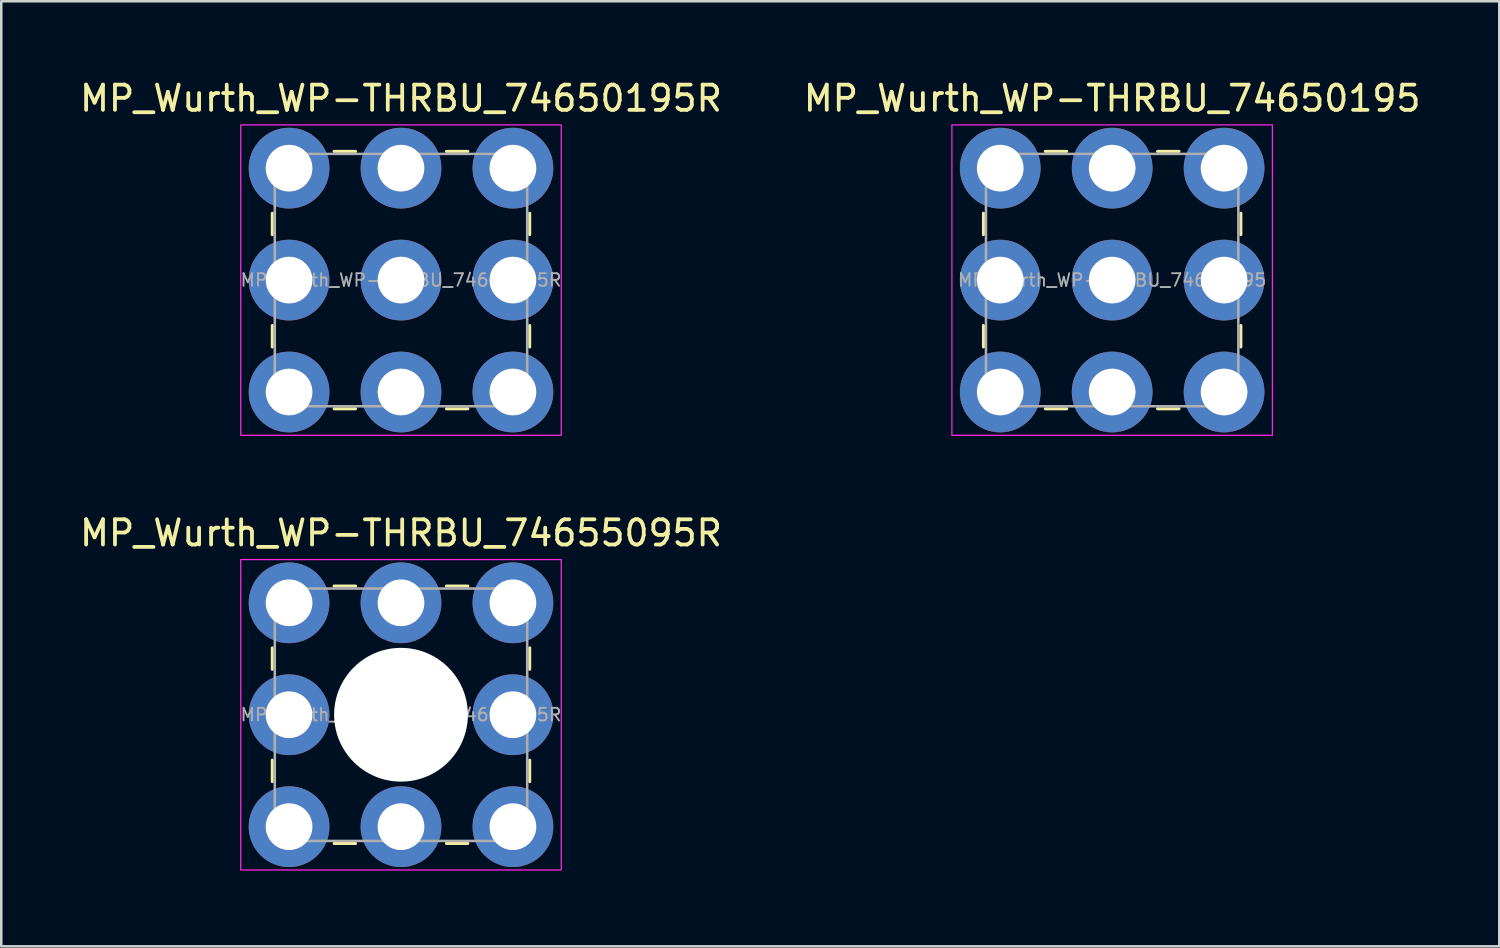
<source format=kicad_pcb>
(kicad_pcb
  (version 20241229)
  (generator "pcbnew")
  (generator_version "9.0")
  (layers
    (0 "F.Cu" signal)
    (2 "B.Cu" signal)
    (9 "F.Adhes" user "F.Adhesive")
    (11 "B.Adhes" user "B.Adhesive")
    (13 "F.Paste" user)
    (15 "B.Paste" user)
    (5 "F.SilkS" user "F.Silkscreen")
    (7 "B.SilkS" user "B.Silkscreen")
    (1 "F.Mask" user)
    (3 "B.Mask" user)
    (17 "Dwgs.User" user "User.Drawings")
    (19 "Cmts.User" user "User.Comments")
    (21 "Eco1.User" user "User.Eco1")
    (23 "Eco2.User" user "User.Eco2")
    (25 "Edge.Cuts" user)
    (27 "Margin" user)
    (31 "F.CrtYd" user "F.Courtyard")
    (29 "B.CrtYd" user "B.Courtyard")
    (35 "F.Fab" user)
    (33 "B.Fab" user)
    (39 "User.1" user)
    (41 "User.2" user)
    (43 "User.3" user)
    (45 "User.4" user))
  (footprint "MP_Wurth_WP-THRBU_74650195"
    (layer "F.Cu")
    (at 41.018 8.048)
    (property "Reference" "MP_Wurth_WP-THRBU_74650195" (at 0 -7.2 0) (unlocked yes) (layer "F.SilkS") (effects (font (size 1 1) (thickness 0.15))))
    (attr through_hole)
    (fp_line (start -5.1 -1.8) (end -5.1 -2.65) (stroke (width 0.12) (type solid)) (layer "F.SilkS"))
    (fp_line (start -5.1 2.65) (end -5.1 1.8) (stroke (width 0.12) (type solid)) (layer "F.SilkS"))
    (fp_line (start -2.65 -5.1) (end -1.8 -5.1) (stroke (width 0.12) (type solid)) (layer "F.SilkS"))
    (fp_line (start -1.8 5.1) (end -2.65 5.1) (stroke (width 0.12) (type solid)) (layer "F.SilkS"))
    (fp_line (start 1.8 -5.1) (end 2.65 -5.1) (stroke (width 0.12) (type solid)) (layer "F.SilkS"))
    (fp_line (start 2.65 5.1) (end 1.8 5.1) (stroke (width 0.12) (type solid)) (layer "F.SilkS"))
    (fp_line (start 5.1 -2.65) (end 5.1 -1.8) (stroke (width 0.12) (type solid)) (layer "F.SilkS"))
    (fp_line (start 5.1 1.8) (end 5.1 2.65) (stroke (width 0.12) (type solid)) (layer "F.SilkS"))
    (fp_circle (center -4.435 -4.435) (end -3.685 -4.435) (stroke (width 1.6) (type solid)) (fill no) (layer "F.Paste"))
    (fp_circle (center -4.435 0) (end -3.685 0) (stroke (width 1.6) (type solid)) (fill no) (layer "F.Paste"))
    (fp_circle (center -4.435 4.435) (end -3.685 4.435) (stroke (width 1.6) (type solid)) (fill no) (layer "F.Paste"))
    (fp_circle (center 0 -4.435) (end 0.75 -4.435) (stroke (width 1.6) (type solid)) (fill no) (layer "F.Paste"))
    (fp_circle (center 0 0) (end 0.75 0) (stroke (width 1.6) (type solid)) (fill no) (layer "F.Paste"))
    (fp_circle (center 0 4.435) (end 0.75 4.435) (stroke (width 1.6) (type solid)) (fill no) (layer "F.Paste"))
    (fp_circle (center 4.435 -4.435) (end 5.185 -4.435) (stroke (width 1.6) (type solid)) (fill no) (layer "F.Paste"))
    (fp_circle (center 4.435 0) (end 5.185 0) (stroke (width 1.6) (type solid)) (fill no) (layer "F.Paste"))
    (fp_circle (center 4.435 4.435) (end 5.185 4.435) (stroke (width 1.6) (type solid)) (fill no) (layer "F.Paste"))
    (fp_rect (start -6.35 -6.15) (end 6.35 6.15) (stroke (width 0.05) (type solid)) (fill no) (layer "F.CrtYd"))
    (fp_line (start -5 -5) (end 5 -5) (stroke (width 0.1) (type solid)) (layer "F.Fab"))
    (fp_line (start -5 5) (end -5 -5) (stroke (width 0.1) (type solid)) (layer "F.Fab"))
    (fp_line (start 5 -5) (end 5 5) (stroke (width 0.1) (type solid)) (layer "F.Fab"))
    (fp_line (start 5 5) (end -5 5) (stroke (width 0.1) (type solid)) (layer "F.Fab"))
    (fp_text user "${REFERENCE}" (at 0 0 0) (unlocked yes) (layer "F.Fab") (effects (font (size 0.5 0.5) (thickness 0.075))))
    (pad "1" thru_hole circle (at -4.435 -4.435) (size 3.2 3.2) (drill 1.85) (layers "*.Cu" "*.Mask"))
    (pad "1" thru_hole circle (at -4.435 0) (size 3.2 3.2) (drill 1.85) (layers "*.Cu" "*.Mask"))
    (pad "1" thru_hole circle (at -4.435 4.435) (size 3.2 3.2) (drill 1.85) (layers "*.Cu" "*.Mask"))
    (pad "1" thru_hole circle (at 0 -4.435) (size 3.2 3.2) (drill 1.85) (layers "*.Cu" "*.Mask"))
    (pad "1" thru_hole circle (at 0 0) (size 3.2 3.2) (drill 1.85) (layers "*.Cu" "*.Mask"))
    (pad "1" thru_hole circle (at 0 4.435) (size 3.2 3.2) (drill 1.85) (layers "*.Cu" "*.Mask"))
    (pad "1" thru_hole circle (at 4.435 -4.435) (size 3.2 3.2) (drill 1.85) (layers "*.Cu" "*.Mask"))
    (pad "1" thru_hole circle (at 4.435 0) (size 3.2 3.2) (drill 1.85) (layers "*.Cu" "*.Mask"))
    (pad "1" thru_hole circle (at 4.435 4.435) (size 3.2 3.2) (drill 1.85) (layers "*.Cu" "*.Mask")))
  (footprint "MP_Wurth_WP-THRBU_74650195R"
    (layer "F.Cu")
    (at 12.839 8.048)
    (property "Reference" "MP_Wurth_WP-THRBU_74650195R" (at 0 -7.2 0) (unlocked yes) (layer "F.SilkS") (effects (font (size 1 1) (thickness 0.15))))
    (attr through_hole)
    (fp_line (start -5.1 -1.8) (end -5.1 -2.65) (stroke (width 0.12) (type solid)) (layer "F.SilkS"))
    (fp_line (start -5.1 2.65) (end -5.1 1.8) (stroke (width 0.12) (type solid)) (layer "F.SilkS"))
    (fp_line (start -2.65 -5.1) (end -1.8 -5.1) (stroke (width 0.12) (type solid)) (layer "F.SilkS"))
    (fp_line (start -1.8 5.1) (end -2.65 5.1) (stroke (width 0.12) (type solid)) (layer "F.SilkS"))
    (fp_line (start 1.8 -5.1) (end 2.65 -5.1) (stroke (width 0.12) (type solid)) (layer "F.SilkS"))
    (fp_line (start 2.65 5.1) (end 1.8 5.1) (stroke (width 0.12) (type solid)) (layer "F.SilkS"))
    (fp_line (start 5.1 -2.65) (end 5.1 -1.8) (stroke (width 0.12) (type solid)) (layer "F.SilkS"))
    (fp_line (start 5.1 1.8) (end 5.1 2.65) (stroke (width 0.12) (type solid)) (layer "F.SilkS"))
    (fp_circle (center -4.435 -4.435) (end -3.685 -4.435) (stroke (width 1.6) (type solid)) (fill no) (layer "F.Paste"))
    (fp_circle (center -4.435 0) (end -3.685 0) (stroke (width 1.6) (type solid)) (fill no) (layer "F.Paste"))
    (fp_circle (center -4.435 4.435) (end -3.685 4.435) (stroke (width 1.6) (type solid)) (fill no) (layer "F.Paste"))
    (fp_circle (center 0 -4.435) (end 0.75 -4.435) (stroke (width 1.6) (type solid)) (fill no) (layer "F.Paste"))
    (fp_circle (center 0 0) (end 0.75 0) (stroke (width 1.6) (type solid)) (fill no) (layer "F.Paste"))
    (fp_circle (center 0 4.435) (end 0.75 4.435) (stroke (width 1.6) (type solid)) (fill no) (layer "F.Paste"))
    (fp_circle (center 4.435 -4.435) (end 5.185 -4.435) (stroke (width 1.6) (type solid)) (fill no) (layer "F.Paste"))
    (fp_circle (center 4.435 0) (end 5.185 0) (stroke (width 1.6) (type solid)) (fill no) (layer "F.Paste"))
    (fp_circle (center 4.435 4.435) (end 5.185 4.435) (stroke (width 1.6) (type solid)) (fill no) (layer "F.Paste"))
    (fp_rect (start -6.35 -6.15) (end 6.35 6.15) (stroke (width 0.05) (type solid)) (fill no) (layer "F.CrtYd"))
    (fp_line (start -5 -5) (end 5 -5) (stroke (width 0.1) (type solid)) (layer "F.Fab"))
    (fp_line (start -5 5) (end -5 -5) (stroke (width 0.1) (type solid)) (layer "F.Fab"))
    (fp_line (start 5 -5) (end 5 5) (stroke (width 0.1) (type solid)) (layer "F.Fab"))
    (fp_line (start 5 5) (end -5 5) (stroke (width 0.1) (type solid)) (layer "F.Fab"))
    (fp_text user "${REFERENCE}" (at 0 0 0) (unlocked yes) (layer "F.Fab") (effects (font (size 0.5 0.5) (thickness 0.075))))
    (pad "1" thru_hole circle (at -4.435 -4.435) (size 3.2 3.2) (drill 1.85) (layers "*.Cu" "*.Mask"))
    (pad "1" thru_hole circle (at -4.435 0) (size 3.2 3.2) (drill 1.85) (layers "*.Cu" "*.Mask"))
    (pad "1" thru_hole circle (at -4.435 4.435) (size 3.2 3.2) (drill 1.85) (layers "*.Cu" "*.Mask"))
    (pad "1" thru_hole circle (at 0 -4.435) (size 3.2 3.2) (drill 1.85) (layers "*.Cu" "*.Mask"))
    (pad "1" thru_hole circle (at 0 0) (size 3.2 3.2) (drill 1.85) (layers "*.Cu" "*.Mask"))
    (pad "1" thru_hole circle (at 0 4.435) (size 3.2 3.2) (drill 1.85) (layers "*.Cu" "*.Mask"))
    (pad "1" thru_hole circle (at 4.435 -4.435) (size 3.2 3.2) (drill 1.85) (layers "*.Cu" "*.Mask"))
    (pad "1" thru_hole circle (at 4.435 0) (size 3.2 3.2) (drill 1.85) (layers "*.Cu" "*.Mask"))
    (pad "1" thru_hole circle (at 4.435 4.435) (size 3.2 3.2) (drill 1.85) (layers "*.Cu" "*.Mask")))
  (footprint "MP_Wurth_WP-THRBU_74655095R"
    (layer "F.Cu")
    (at 12.839 25.271)
    (property "Reference" "MP_Wurth_WP-THRBU_74655095R" (at 0 -7.2 0) (unlocked yes) (layer "F.SilkS") (effects (font (size 1 1) (thickness 0.15))))
    (attr through_hole)
    (fp_line (start -5.1 -1.8) (end -5.1 -2.65) (stroke (width 0.12) (type solid)) (layer "F.SilkS"))
    (fp_line (start -5.1 2.65) (end -5.1 1.8) (stroke (width 0.12) (type solid)) (layer "F.SilkS"))
    (fp_line (start -2.65 -5.1) (end -1.8 -5.1) (stroke (width 0.12) (type solid)) (layer "F.SilkS"))
    (fp_line (start -1.8 5.1) (end -2.65 5.1) (stroke (width 0.12) (type solid)) (layer "F.SilkS"))
    (fp_line (start 1.8 -5.1) (end 2.65 -5.1) (stroke (width 0.12) (type solid)) (layer "F.SilkS"))
    (fp_line (start 2.65 5.1) (end 1.8 5.1) (stroke (width 0.12) (type solid)) (layer "F.SilkS"))
    (fp_line (start 5.1 -2.65) (end 5.1 -1.8) (stroke (width 0.12) (type solid)) (layer "F.SilkS"))
    (fp_line (start 5.1 1.8) (end 5.1 2.65) (stroke (width 0.12) (type solid)) (layer "F.SilkS"))
    (fp_circle (center -4.435 -4.435) (end -3.685 -4.435) (stroke (width 1.6) (type solid)) (fill no) (layer "F.Paste"))
    (fp_circle (center -4.435 0) (end -3.685 0) (stroke (width 1.6) (type solid)) (fill no) (layer "F.Paste"))
    (fp_circle (center -4.435 4.435) (end -3.685 4.435) (stroke (width 1.6) (type solid)) (fill no) (layer "F.Paste"))
    (fp_circle (center 0 -4.435) (end 0.75 -4.435) (stroke (width 1.6) (type solid)) (fill no) (layer "F.Paste"))
    (fp_circle (center 0 4.435) (end 0.75 4.435) (stroke (width 1.6) (type solid)) (fill no) (layer "F.Paste"))
    (fp_circle (center 4.435 -4.435) (end 5.185 -4.435) (stroke (width 1.6) (type solid)) (fill no) (layer "F.Paste"))
    (fp_circle (center 4.435 0) (end 5.185 0) (stroke (width 1.6) (type solid)) (fill no) (layer "F.Paste"))
    (fp_circle (center 4.435 4.435) (end 5.185 4.435) (stroke (width 1.6) (type solid)) (fill no) (layer "F.Paste"))
    (fp_rect (start -6.35 -6.15) (end 6.35 6.15) (stroke (width 0.05) (type solid)) (fill no) (layer "F.CrtYd"))
    (fp_line (start -5 -5) (end 5 -5) (stroke (width 0.1) (type solid)) (layer "F.Fab"))
    (fp_line (start -5 5) (end -5 -5) (stroke (width 0.1) (type solid)) (layer "F.Fab"))
    (fp_line (start 5 -5) (end 5 5) (stroke (width 0.1) (type solid)) (layer "F.Fab"))
    (fp_line (start 5 5) (end -5 5) (stroke (width 0.1) (type solid)) (layer "F.Fab"))
    (fp_text user "${REFERENCE}" (at 0 0 0) (unlocked yes) (layer "F.Fab") (effects (font (size 0.5 0.5) (thickness 0.075))))
    (pad "" np_thru_hole circle (at 0 0) (size 5.3 5.3) (drill 5.3) (layers "*.Cu" "*.Mask"))
    (pad "1" thru_hole circle (at -4.435 -4.435) (size 3.2 3.2) (drill 1.85) (layers "*.Cu" "*.Mask"))
    (pad "1" thru_hole circle (at -4.435 0) (size 3.2 3.2) (drill 1.85) (layers "*.Cu" "*.Mask"))
    (pad "1" thru_hole circle (at -4.435 4.435) (size 3.2 3.2) (drill 1.85) (layers "*.Cu" "*.Mask"))
    (pad "1" thru_hole circle (at 0 -4.435) (size 3.2 3.2) (drill 1.85) (layers "*.Cu" "*.Mask"))
    (pad "1" thru_hole circle (at 0 4.435) (size 3.2 3.2) (drill 1.85) (layers "*.Cu" "*.Mask"))
    (pad "1" thru_hole circle (at 4.435 -4.435) (size 3.2 3.2) (drill 1.85) (layers "*.Cu" "*.Mask"))
    (pad "1" thru_hole circle (at 4.435 0) (size 3.2 3.2) (drill 1.85) (layers "*.Cu" "*.Mask"))
    (pad "1" thru_hole circle (at 4.435 4.435) (size 3.2 3.2) (drill 1.85) (layers "*.Cu" "*.Mask")))
  (gr_rect
    (start -3 -3)
    (end 56.357 34.447)
    (stroke (width 0.1) (type default))
    (fill no)
    (layer "Edge.Cuts")))
</source>
